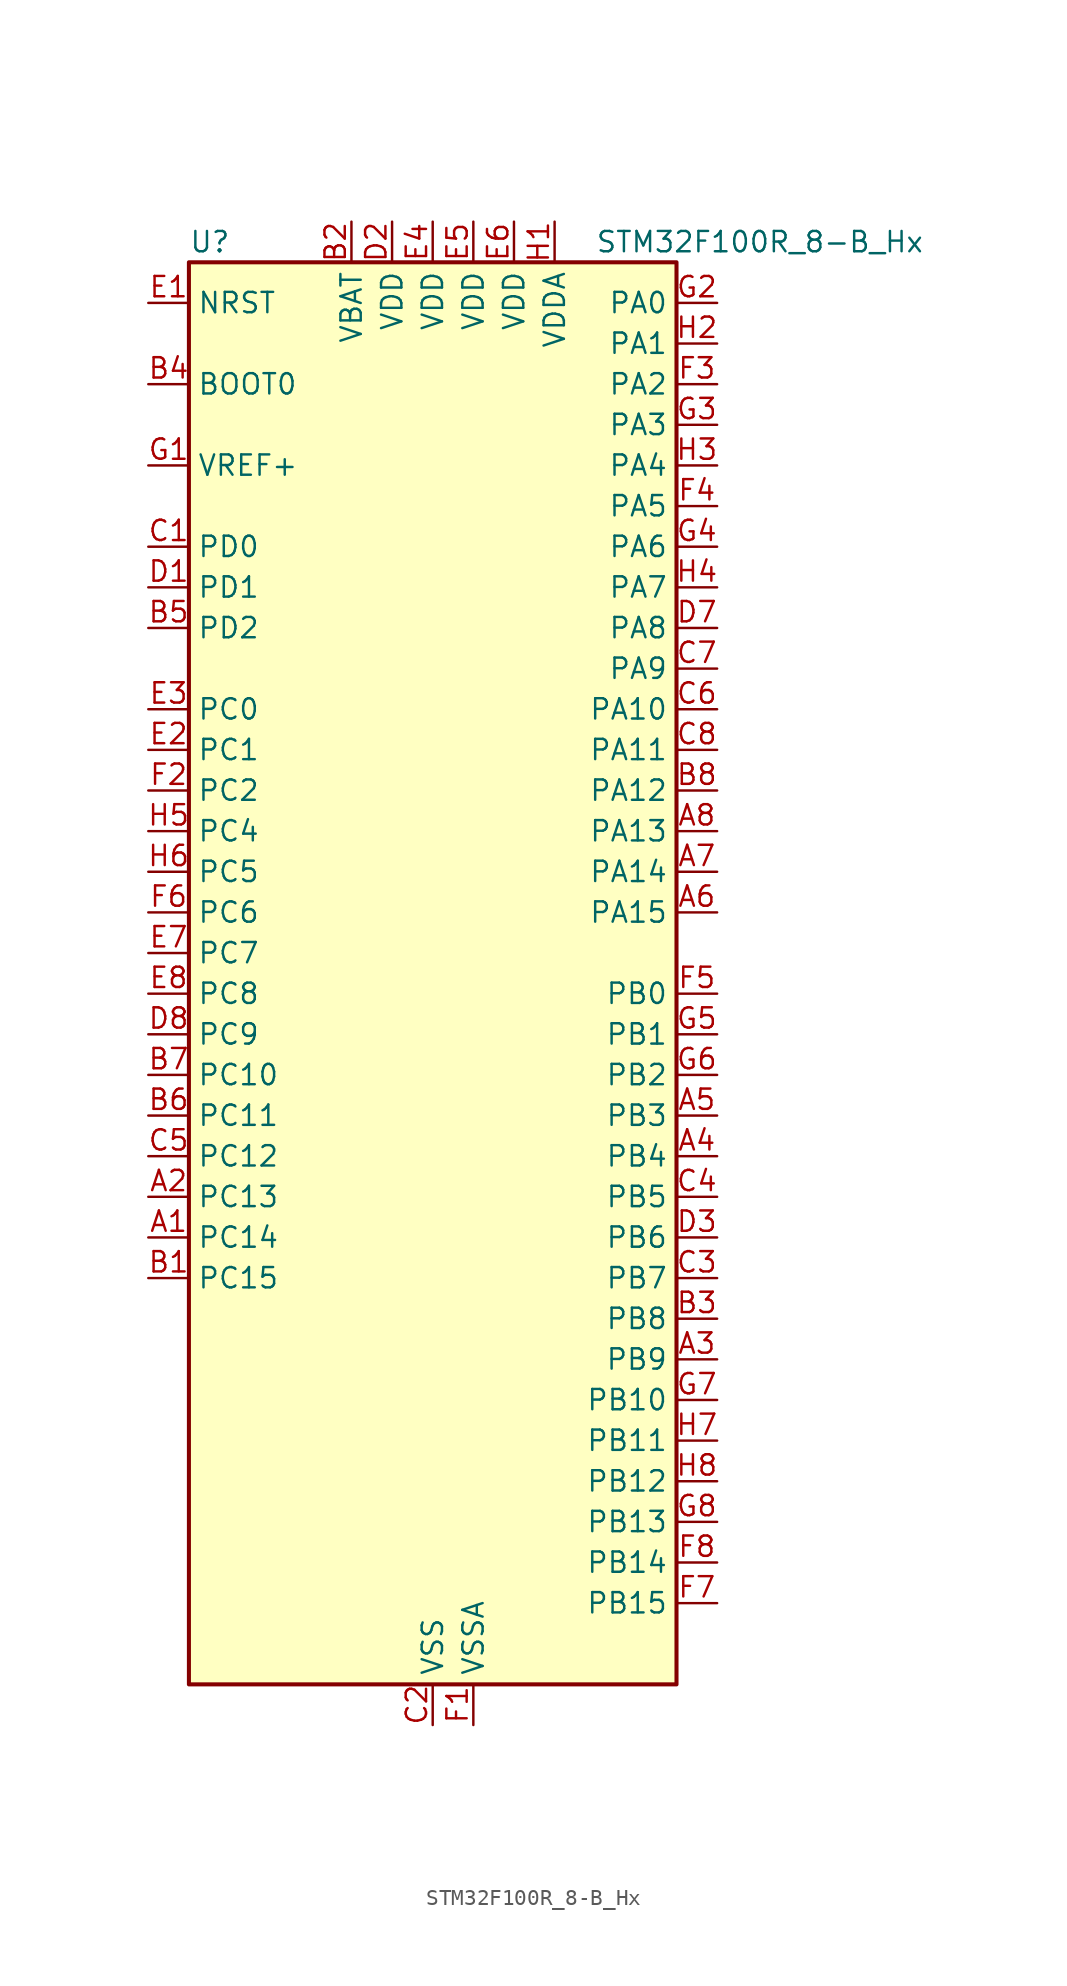
<source format=kicad_sym>
(kicad_symbol_lib
  (version 20231120)
  (generator "kicad-library-utils")
  (generator_version "8.0")
  (symbol "STM32F100R_8-B_Hx"
    (property "Reference" "U"
      (at -15.24 46.99 0)
      (effects (font (size 1.27 1.27)) (justify left)))
    (property "Value" "STM32F100R_8-B_Hx"
      (at 10.16 46.99 0)
      (effects (font (size 1.27 1.27)) (justify left)))
    (property "ki_locked" ""
      (at 0 0 0)
      (effects (font (size 1.27 1.27))))
    (symbol "STM32F100R_8-B_Hx_0_1"
      (rectangle (start -15.24 -43.18) (end 15.24 45.72) (stroke (width 0.254) (type default)) (fill (type background))))
    (symbol "STM32F100R_8-B_Hx_1_1"
      (pin bidirectional line (at -17.78 -15.24 0) (length 2.54) (name "PC14" (effects (font (size 1.27 1.27)))) (number "A1" (effects (font (size 1.27 1.27)))) (alternate "RCC_OSC32_IN" bidirectional line))
      (pin bidirectional line (at -17.78 -12.7 0) (length 2.54) (name "PC13" (effects (font (size 1.27 1.27)))) (number "A2" (effects (font (size 1.27 1.27)))) (alternate "RTC_OUT" bidirectional line) (alternate "RTC_TAMPER" bidirectional line))
      (pin bidirectional line (at 17.78 -22.86 180) (length 2.54) (name "PB9" (effects (font (size 1.27 1.27)))) (number "A3" (effects (font (size 1.27 1.27)))) (alternate "DAC_EXTI9" bidirectional line) (alternate "I2C1_SDA" bidirectional line) (alternate "TIM17_CH1" bidirectional line) (alternate "TIM4_CH4" bidirectional line))
      (pin bidirectional line (at 17.78 -10.16 180) (length 2.54) (name "PB4" (effects (font (size 1.27 1.27)))) (number "A4" (effects (font (size 1.27 1.27)))) (alternate "SPI1_MISO" bidirectional line) (alternate "SYS_NJTRST" bidirectional line) (alternate "TIM3_CH1" bidirectional line))
      (pin bidirectional line (at 17.78 -7.62 180) (length 2.54) (name "PB3" (effects (font (size 1.27 1.27)))) (number "A5" (effects (font (size 1.27 1.27)))) (alternate "SPI1_SCK" bidirectional line) (alternate "SYS_JTDO-TRACESWO" bidirectional line) (alternate "TIM2_CH2" bidirectional line))
      (pin bidirectional line (at 17.78 5.08 180) (length 2.54) (name "PA15" (effects (font (size 1.27 1.27)))) (number "A6" (effects (font (size 1.27 1.27)))) (alternate "ADC1_EXTI15" bidirectional line) (alternate "SPI1_NSS" bidirectional line) (alternate "SYS_JTDI" bidirectional line) (alternate "TIM2_CH1" bidirectional line) (alternate "TIM2_ETR" bidirectional line))
      (pin bidirectional line (at 17.78 7.62 180) (length 2.54) (name "PA14" (effects (font (size 1.27 1.27)))) (number "A7" (effects (font (size 1.27 1.27)))) (alternate "SYS_JTCK-SWCLK" bidirectional line))
      (pin bidirectional line (at 17.78 10.16 180) (length 2.54) (name "PA13" (effects (font (size 1.27 1.27)))) (number "A8" (effects (font (size 1.27 1.27)))) (alternate "SYS_JTMS-SWDIO" bidirectional line))
      (pin bidirectional line (at -17.78 -17.78 0) (length 2.54) (name "PC15" (effects (font (size 1.27 1.27)))) (number "B1" (effects (font (size 1.27 1.27)))) (alternate "ADC1_EXTI15" bidirectional line) (alternate "RCC_OSC32_OUT" bidirectional line))
      (pin power_in line (at -5.08 48.26 270) (length 2.54) (name "VBAT" (effects (font (size 1.27 1.27)))) (number "B2" (effects (font (size 1.27 1.27)))))
      (pin bidirectional line (at 17.78 -20.32 180) (length 2.54) (name "PB8" (effects (font (size 1.27 1.27)))) (number "B3" (effects (font (size 1.27 1.27)))) (alternate "CEC" bidirectional line) (alternate "I2C1_SCL" bidirectional line) (alternate "TIM16_CH1" bidirectional line) (alternate "TIM4_CH3" bidirectional line))
      (pin input line (at -17.78 38.1 0) (length 2.54) (name "BOOT0" (effects (font (size 1.27 1.27)))) (number "B4" (effects (font (size 1.27 1.27)))))
      (pin bidirectional line (at -17.78 22.86 0) (length 2.54) (name "PD2" (effects (font (size 1.27 1.27)))) (number "B5" (effects (font (size 1.27 1.27)))) (alternate "TIM3_ETR" bidirectional line))
      (pin bidirectional line (at -17.78 -7.62 0) (length 2.54) (name "PC11" (effects (font (size 1.27 1.27)))) (number "B6" (effects (font (size 1.27 1.27)))) (alternate "ADC1_EXTI11" bidirectional line) (alternate "USART3_RX" bidirectional line))
      (pin bidirectional line (at -17.78 -5.08 0) (length 2.54) (name "PC10" (effects (font (size 1.27 1.27)))) (number "B7" (effects (font (size 1.27 1.27)))) (alternate "USART3_TX" bidirectional line))
      (pin bidirectional line (at 17.78 12.7 180) (length 2.54) (name "PA12" (effects (font (size 1.27 1.27)))) (number "B8" (effects (font (size 1.27 1.27)))) (alternate "TIM1_ETR" bidirectional line) (alternate "USART1_RTS" bidirectional line))
      (pin bidirectional line (at -17.78 27.94 0) (length 2.54) (name "PD0" (effects (font (size 1.27 1.27)))) (number "C1" (effects (font (size 1.27 1.27)))) (alternate "RCC_OSC_IN" bidirectional line))
      (pin power_in line (at 0 -45.72 90) (length 2.54) (name "VSS" (effects (font (size 1.27 1.27)))) (number "C2" (effects (font (size 1.27 1.27)))))
      (pin bidirectional line (at 17.78 -17.78 180) (length 2.54) (name "PB7" (effects (font (size 1.27 1.27)))) (number "C3" (effects (font (size 1.27 1.27)))) (alternate "I2C1_SDA" bidirectional line) (alternate "TIM17_CH1N" bidirectional line) (alternate "TIM4_CH2" bidirectional line) (alternate "USART1_RX" bidirectional line))
      (pin bidirectional line (at 17.78 -12.7 180) (length 2.54) (name "PB5" (effects (font (size 1.27 1.27)))) (number "C4" (effects (font (size 1.27 1.27)))) (alternate "I2C1_SMBA" bidirectional line) (alternate "SPI1_MOSI" bidirectional line) (alternate "TIM16_BKIN" bidirectional line) (alternate "TIM3_CH2" bidirectional line))
      (pin bidirectional line (at -17.78 -10.16 0) (length 2.54) (name "PC12" (effects (font (size 1.27 1.27)))) (number "C5" (effects (font (size 1.27 1.27)))) (alternate "USART3_CK" bidirectional line))
      (pin bidirectional line (at 17.78 17.78 180) (length 2.54) (name "PA10" (effects (font (size 1.27 1.27)))) (number "C6" (effects (font (size 1.27 1.27)))) (alternate "TIM17_BKIN" bidirectional line) (alternate "TIM1_CH3" bidirectional line) (alternate "USART1_RX" bidirectional line))
      (pin bidirectional line (at 17.78 20.32 180) (length 2.54) (name "PA9" (effects (font (size 1.27 1.27)))) (number "C7" (effects (font (size 1.27 1.27)))) (alternate "DAC_EXTI9" bidirectional line) (alternate "TIM15_BKIN" bidirectional line) (alternate "TIM1_CH2" bidirectional line) (alternate "USART1_TX" bidirectional line))
      (pin bidirectional line (at 17.78 15.24 180) (length 2.54) (name "PA11" (effects (font (size 1.27 1.27)))) (number "C8" (effects (font (size 1.27 1.27)))) (alternate "ADC1_EXTI11" bidirectional line) (alternate "TIM1_CH4" bidirectional line) (alternate "USART1_CTS" bidirectional line))
      (pin bidirectional line (at -17.78 25.4 0) (length 2.54) (name "PD1" (effects (font (size 1.27 1.27)))) (number "D1" (effects (font (size 1.27 1.27)))) (alternate "RCC_OSC_OUT" bidirectional line))
      (pin power_in line (at -2.54 48.26 270) (length 2.54) (name "VDD" (effects (font (size 1.27 1.27)))) (number "D2" (effects (font (size 1.27 1.27)))))
      (pin bidirectional line (at 17.78 -15.24 180) (length 2.54) (name "PB6" (effects (font (size 1.27 1.27)))) (number "D3" (effects (font (size 1.27 1.27)))) (alternate "I2C1_SCL" bidirectional line) (alternate "TIM16_CH1N" bidirectional line) (alternate "TIM4_CH1" bidirectional line) (alternate "USART1_TX" bidirectional line))
      (pin passive line (at 0 -45.72 90) (length 2.54) hide (name "VSS" (effects (font (size 1.27 1.27)))) (number "D4" (effects (font (size 1.27 1.27)))))
      (pin passive line (at 0 -45.72 90) (length 2.54) hide (name "VSS" (effects (font (size 1.27 1.27)))) (number "D5" (effects (font (size 1.27 1.27)))))
      (pin passive line (at 0 -45.72 90) (length 2.54) hide (name "VSS" (effects (font (size 1.27 1.27)))) (number "D6" (effects (font (size 1.27 1.27)))))
      (pin bidirectional line (at 17.78 22.86 180) (length 2.54) (name "PA8" (effects (font (size 1.27 1.27)))) (number "D7" (effects (font (size 1.27 1.27)))) (alternate "RCC_MCO" bidirectional line) (alternate "TIM1_CH1" bidirectional line) (alternate "USART1_CK" bidirectional line))
      (pin bidirectional line (at -17.78 -2.54 0) (length 2.54) (name "PC9" (effects (font (size 1.27 1.27)))) (number "D8" (effects (font (size 1.27 1.27)))) (alternate "DAC_EXTI9" bidirectional line) (alternate "TIM3_CH4" bidirectional line))
      (pin input line (at -17.78 43.18 0) (length 2.54) (name "NRST" (effects (font (size 1.27 1.27)))) (number "E1" (effects (font (size 1.27 1.27)))))
      (pin bidirectional line (at -17.78 15.24 0) (length 2.54) (name "PC1" (effects (font (size 1.27 1.27)))) (number "E2" (effects (font (size 1.27 1.27)))) (alternate "ADC1_IN11" bidirectional line))
      (pin bidirectional line (at -17.78 17.78 0) (length 2.54) (name "PC0" (effects (font (size 1.27 1.27)))) (number "E3" (effects (font (size 1.27 1.27)))) (alternate "ADC1_IN10" bidirectional line))
      (pin power_in line (at 0 48.26 270) (length 2.54) (name "VDD" (effects (font (size 1.27 1.27)))) (number "E4" (effects (font (size 1.27 1.27)))))
      (pin power_in line (at 2.54 48.26 270) (length 2.54) (name "VDD" (effects (font (size 1.27 1.27)))) (number "E5" (effects (font (size 1.27 1.27)))))
      (pin power_in line (at 5.08 48.26 270) (length 2.54) (name "VDD" (effects (font (size 1.27 1.27)))) (number "E6" (effects (font (size 1.27 1.27)))))
      (pin bidirectional line (at -17.78 2.54 0) (length 2.54) (name "PC7" (effects (font (size 1.27 1.27)))) (number "E7" (effects (font (size 1.27 1.27)))) (alternate "TIM3_CH2" bidirectional line))
      (pin bidirectional line (at -17.78 0 0) (length 2.54) (name "PC8" (effects (font (size 1.27 1.27)))) (number "E8" (effects (font (size 1.27 1.27)))) (alternate "TIM3_CH3" bidirectional line))
      (pin power_in line (at 2.54 -45.72 90) (length 2.54) (name "VSSA" (effects (font (size 1.27 1.27)))) (number "F1" (effects (font (size 1.27 1.27)))))
      (pin bidirectional line (at -17.78 12.7 0) (length 2.54) (name "PC2" (effects (font (size 1.27 1.27)))) (number "F2" (effects (font (size 1.27 1.27)))) (alternate "ADC1_IN12" bidirectional line))
      (pin bidirectional line (at 17.78 38.1 180) (length 2.54) (name "PA2" (effects (font (size 1.27 1.27)))) (number "F3" (effects (font (size 1.27 1.27)))) (alternate "ADC1_IN2" bidirectional line) (alternate "TIM15_CH1" bidirectional line) (alternate "TIM2_CH3" bidirectional line) (alternate "USART2_TX" bidirectional line))
      (pin bidirectional line (at 17.78 30.48 180) (length 2.54) (name "PA5" (effects (font (size 1.27 1.27)))) (number "F4" (effects (font (size 1.27 1.27)))) (alternate "ADC1_IN5" bidirectional line) (alternate "DAC_OUT2" bidirectional line) (alternate "SPI1_SCK" bidirectional line))
      (pin bidirectional line (at 17.78 0 180) (length 2.54) (name "PB0" (effects (font (size 1.27 1.27)))) (number "F5" (effects (font (size 1.27 1.27)))) (alternate "ADC1_IN8" bidirectional line) (alternate "TIM1_CH2N" bidirectional line) (alternate "TIM3_CH3" bidirectional line))
      (pin bidirectional line (at -17.78 5.08 0) (length 2.54) (name "PC6" (effects (font (size 1.27 1.27)))) (number "F6" (effects (font (size 1.27 1.27)))) (alternate "TIM3_CH1" bidirectional line))
      (pin bidirectional line (at 17.78 -38.1 180) (length 2.54) (name "PB15" (effects (font (size 1.27 1.27)))) (number "F7" (effects (font (size 1.27 1.27)))) (alternate "ADC1_EXTI15" bidirectional line) (alternate "SPI2_MOSI" bidirectional line) (alternate "TIM15_CH1N" bidirectional line) (alternate "TIM15_CH2" bidirectional line) (alternate "TIM1_CH3N" bidirectional line))
      (pin bidirectional line (at 17.78 -35.56 180) (length 2.54) (name "PB14" (effects (font (size 1.27 1.27)))) (number "F8" (effects (font (size 1.27 1.27)))) (alternate "SPI2_MISO" bidirectional line) (alternate "TIM15_CH1" bidirectional line) (alternate "TIM1_CH2N" bidirectional line) (alternate "USART3_RTS" bidirectional line))
      (pin input line (at -17.78 33.02 0) (length 2.54) (name "VREF+" (effects (font (size 1.27 1.27)))) (number "G1" (effects (font (size 1.27 1.27)))))
      (pin bidirectional line (at 17.78 43.18 180) (length 2.54) (name "PA0" (effects (font (size 1.27 1.27)))) (number "G2" (effects (font (size 1.27 1.27)))) (alternate "ADC1_IN0" bidirectional line) (alternate "SYS_WKUP" bidirectional line) (alternate "TIM2_CH1" bidirectional line) (alternate "TIM2_ETR" bidirectional line) (alternate "USART2_CTS" bidirectional line))
      (pin bidirectional line (at 17.78 35.56 180) (length 2.54) (name "PA3" (effects (font (size 1.27 1.27)))) (number "G3" (effects (font (size 1.27 1.27)))) (alternate "ADC1_IN3" bidirectional line) (alternate "TIM15_CH2" bidirectional line) (alternate "TIM2_CH4" bidirectional line) (alternate "USART2_RX" bidirectional line))
      (pin bidirectional line (at 17.78 27.94 180) (length 2.54) (name "PA6" (effects (font (size 1.27 1.27)))) (number "G4" (effects (font (size 1.27 1.27)))) (alternate "ADC1_IN6" bidirectional line) (alternate "SPI1_MISO" bidirectional line) (alternate "TIM16_CH1" bidirectional line) (alternate "TIM1_BKIN" bidirectional line) (alternate "TIM3_CH1" bidirectional line))
      (pin bidirectional line (at 17.78 -2.54 180) (length 2.54) (name "PB1" (effects (font (size 1.27 1.27)))) (number "G5" (effects (font (size 1.27 1.27)))) (alternate "ADC1_IN9" bidirectional line) (alternate "TIM1_CH3N" bidirectional line) (alternate "TIM3_CH4" bidirectional line))
      (pin bidirectional line (at 17.78 -5.08 180) (length 2.54) (name "PB2" (effects (font (size 1.27 1.27)))) (number "G6" (effects (font (size 1.27 1.27)))))
      (pin bidirectional line (at 17.78 -25.4 180) (length 2.54) (name "PB10" (effects (font (size 1.27 1.27)))) (number "G7" (effects (font (size 1.27 1.27)))) (alternate "CEC" bidirectional line) (alternate "I2C2_SCL" bidirectional line) (alternate "TIM2_CH3" bidirectional line) (alternate "USART3_TX" bidirectional line))
      (pin bidirectional line (at 17.78 -33.02 180) (length 2.54) (name "PB13" (effects (font (size 1.27 1.27)))) (number "G8" (effects (font (size 1.27 1.27)))) (alternate "SPI2_SCK" bidirectional line) (alternate "TIM1_CH1N" bidirectional line) (alternate "USART3_CTS" bidirectional line))
      (pin power_in line (at 7.62 48.26 270) (length 2.54) (name "VDDA" (effects (font (size 1.27 1.27)))) (number "H1" (effects (font (size 1.27 1.27)))))
      (pin bidirectional line (at 17.78 40.64 180) (length 2.54) (name "PA1" (effects (font (size 1.27 1.27)))) (number "H2" (effects (font (size 1.27 1.27)))) (alternate "ADC1_IN1" bidirectional line) (alternate "TIM2_CH2" bidirectional line) (alternate "USART2_RTS" bidirectional line))
      (pin bidirectional line (at 17.78 33.02 180) (length 2.54) (name "PA4" (effects (font (size 1.27 1.27)))) (number "H3" (effects (font (size 1.27 1.27)))) (alternate "ADC1_IN4" bidirectional line) (alternate "DAC_OUT1" bidirectional line) (alternate "SPI1_NSS" bidirectional line) (alternate "USART2_CK" bidirectional line))
      (pin bidirectional line (at 17.78 25.4 180) (length 2.54) (name "PA7" (effects (font (size 1.27 1.27)))) (number "H4" (effects (font (size 1.27 1.27)))) (alternate "ADC1_IN7" bidirectional line) (alternate "SPI1_MOSI" bidirectional line) (alternate "TIM17_CH1" bidirectional line) (alternate "TIM1_CH1N" bidirectional line) (alternate "TIM3_CH2" bidirectional line))
      (pin bidirectional line (at -17.78 10.16 0) (length 2.54) (name "PC4" (effects (font (size 1.27 1.27)))) (number "H5" (effects (font (size 1.27 1.27)))) (alternate "ADC1_IN14" bidirectional line))
      (pin bidirectional line (at -17.78 7.62 0) (length 2.54) (name "PC5" (effects (font (size 1.27 1.27)))) (number "H6" (effects (font (size 1.27 1.27)))) (alternate "ADC1_IN15" bidirectional line))
      (pin bidirectional line (at 17.78 -27.94 180) (length 2.54) (name "PB11" (effects (font (size 1.27 1.27)))) (number "H7" (effects (font (size 1.27 1.27)))) (alternate "ADC1_EXTI11" bidirectional line) (alternate "I2C2_SDA" bidirectional line) (alternate "TIM2_CH4" bidirectional line) (alternate "USART3_RX" bidirectional line))
      (pin bidirectional line (at 17.78 -30.48 180) (length 2.54) (name "PB12" (effects (font (size 1.27 1.27)))) (number "H8" (effects (font (size 1.27 1.27)))) (alternate "I2C2_SMBA" bidirectional line) (alternate "SPI2_NSS" bidirectional line) (alternate "TIM1_BKIN" bidirectional line) (alternate "USART3_CK" bidirectional line)))))
</source>
